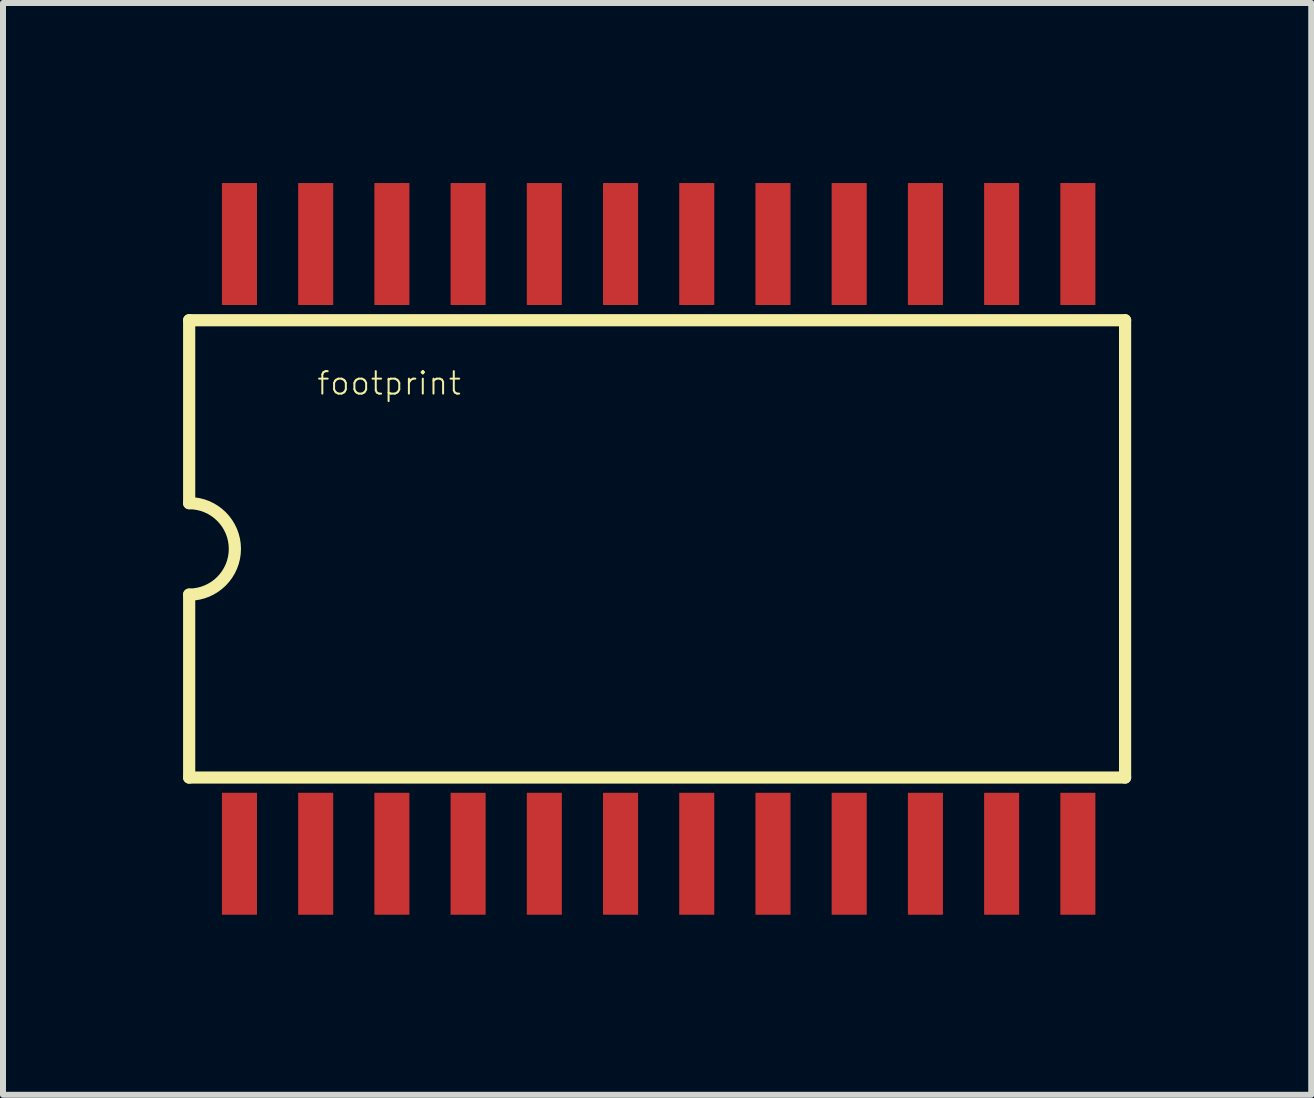
<source format=kicad_pcb>
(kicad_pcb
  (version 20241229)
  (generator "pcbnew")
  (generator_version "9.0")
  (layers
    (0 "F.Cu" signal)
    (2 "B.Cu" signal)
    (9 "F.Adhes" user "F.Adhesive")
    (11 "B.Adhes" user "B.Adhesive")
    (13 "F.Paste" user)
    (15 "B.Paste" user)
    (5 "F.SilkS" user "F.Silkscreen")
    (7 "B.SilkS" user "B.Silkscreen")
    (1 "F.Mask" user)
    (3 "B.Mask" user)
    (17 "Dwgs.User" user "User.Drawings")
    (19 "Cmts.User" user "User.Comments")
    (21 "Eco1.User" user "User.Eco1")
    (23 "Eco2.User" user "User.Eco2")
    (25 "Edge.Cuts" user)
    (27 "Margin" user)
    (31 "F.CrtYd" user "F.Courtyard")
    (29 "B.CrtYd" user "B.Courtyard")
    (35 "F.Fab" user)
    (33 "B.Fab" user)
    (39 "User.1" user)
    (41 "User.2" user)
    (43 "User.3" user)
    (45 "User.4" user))
  (footprint "footprint"
    (layer "F.Cu")
    (at 7.29 6.096)
    (property "Reference" "footprint" (at -5.08 -2.54 0) (layer "F.SilkS") (effects (font (size 0.374 0.374) (thickness 0.033)) (justify left bottom)))
    (fp_line (start -7.188 -3.81) (end -7.188 -0.762) (stroke (width 0.203) (type solid)) (layer "F.SilkS"))
    (fp_line (start -7.188 3.81) (end -7.188 0.762) (stroke (width 0.203) (type solid)) (layer "F.SilkS"))
    (fp_line (start 8.407 -3.81) (end -7.188 -3.81) (stroke (width 0.203) (type solid)) (layer "F.SilkS"))
    (fp_line (start 8.407 3.81) (end -7.188 3.81) (stroke (width 0.203) (type solid)) (layer "F.SilkS"))
    (fp_line (start 8.407 3.81) (end 8.407 -3.81) (stroke (width 0.203) (type solid)) (layer "F.SilkS"))
    (fp_arc (start -7.1882 -0.762) (mid -6.4262 0) (end -7.1882 0.762) (stroke (width 0.2032) (type solid)) (layer "F.SilkS"))
    (pad "1" smd rect (at -6.35 5.08 90) (size 2.032 0.584) (layers "F.Cu" "F.Mask" "F.Paste"))
    (pad "2" smd rect (at -5.08 5.08 90) (size 2.032 0.584) (layers "F.Cu" "F.Mask" "F.Paste"))
    (pad "3" smd rect (at -3.81 5.08 90) (size 2.032 0.584) (layers "F.Cu" "F.Mask" "F.Paste"))
    (pad "4" smd rect (at -2.54 5.08 90) (size 2.032 0.584) (layers "F.Cu" "F.Mask" "F.Paste"))
    (pad "5" smd rect (at -1.27 5.08 90) (size 2.032 0.584) (layers "F.Cu" "F.Mask" "F.Paste"))
    (pad "6" smd rect (at 0 5.08 90) (size 2.032 0.584) (layers "F.Cu" "F.Mask" "F.Paste"))
    (pad "7" smd rect (at 1.27 5.08 90) (size 2.032 0.584) (layers "F.Cu" "F.Mask" "F.Paste"))
    (pad "8" smd rect (at 2.54 5.08 90) (size 2.032 0.584) (layers "F.Cu" "F.Mask" "F.Paste"))
    (pad "9" smd rect (at 3.81 5.08 90) (size 2.032 0.584) (layers "F.Cu" "F.Mask" "F.Paste"))
    (pad "10" smd rect (at 5.08 5.08 90) (size 2.032 0.584) (layers "F.Cu" "F.Mask" "F.Paste"))
    (pad "11" smd rect (at 6.35 5.08 90) (size 2.032 0.584) (layers "F.Cu" "F.Mask" "F.Paste"))
    (pad "12" smd rect (at 7.62 5.08 90) (size 2.032 0.584) (layers "F.Cu" "F.Mask" "F.Paste"))
    (pad "13" smd rect (at 7.62 -5.08 90) (size 2.032 0.584) (layers "F.Cu" "F.Mask" "F.Paste"))
    (pad "14" smd rect (at 6.35 -5.08 90) (size 2.032 0.584) (layers "F.Cu" "F.Mask" "F.Paste"))
    (pad "15" smd rect (at 5.08 -5.08 90) (size 2.032 0.584) (layers "F.Cu" "F.Mask" "F.Paste"))
    (pad "16" smd rect (at 3.81 -5.08 90) (size 2.032 0.584) (layers "F.Cu" "F.Mask" "F.Paste"))
    (pad "17" smd rect (at 2.54 -5.08 90) (size 2.032 0.584) (layers "F.Cu" "F.Mask" "F.Paste"))
    (pad "18" smd rect (at 1.27 -5.08 90) (size 2.032 0.584) (layers "F.Cu" "F.Mask" "F.Paste"))
    (pad "19" smd rect (at 0 -5.08 90) (size 2.032 0.584) (layers "F.Cu" "F.Mask" "F.Paste"))
    (pad "20" smd rect (at -1.27 -5.08 90) (size 2.032 0.584) (layers "F.Cu" "F.Mask" "F.Paste"))
    (pad "21" smd rect (at -2.54 -5.08 90) (size 2.032 0.584) (layers "F.Cu" "F.Mask" "F.Paste"))
    (pad "22" smd rect (at -3.81 -5.08 90) (size 2.032 0.584) (layers "F.Cu" "F.Mask" "F.Paste"))
    (pad "23" smd rect (at -5.08 -5.08 90) (size 2.032 0.584) (layers "F.Cu" "F.Mask" "F.Paste"))
    (pad "24" smd rect (at -6.35 -5.08 90) (size 2.032 0.584) (layers "F.Cu" "F.Mask" "F.Paste")))
  (gr_rect
    (start -3 -3)
    (end 18.799 15.192)
    (stroke (width 0.1) (type default))
    (fill no)
    (layer "Edge.Cuts")))
</source>
